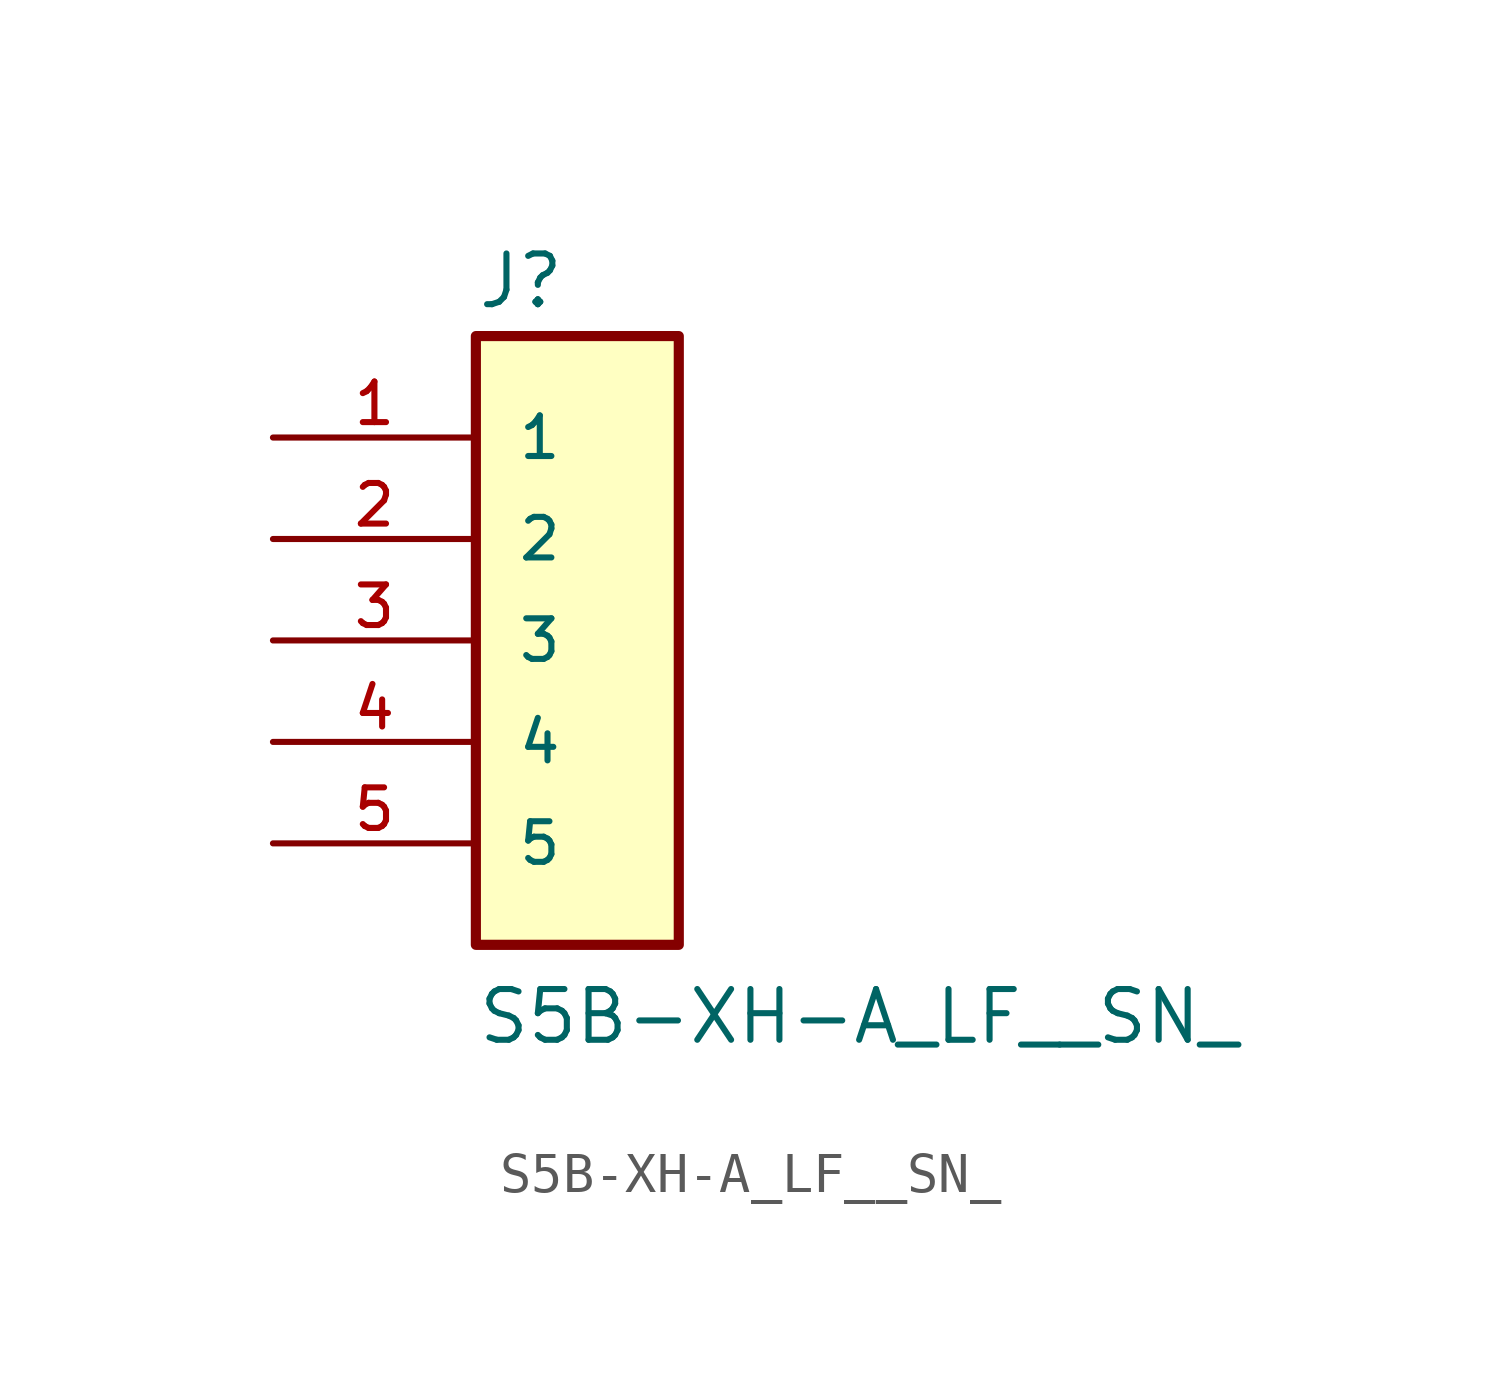
<source format=kicad_sym>
(kicad_symbol_lib
  (version 20211014)
  (generator kicad_symbol_editor)
  (symbol "S5B-XH-A_LF__SN_"
    (pin_names
      (offset 1.016))
    (property "Reference" "J"
      (at -2.54 8.255 0)
      (effects (font (size 1.27 1.27)) (justify bottom left)))
    (property "Value" "S5B-XH-A_LF__SN_"
      (at -2.54 -10.16 0)
      (effects (font (size 1.27 1.27)) (justify bottom left)))
    (symbol "S5B-XH-A_LF__SN__0_0"
      (rectangle (start -2.54 -7.62) (end 2.54 7.62) (stroke (width 0.254)) (fill (type background)))
      (pin passive line (at -7.62 5.08 0) (length 5.08) (name "1" (effects (font (size 1.016 1.016)))) (number "1" (effects (font (size 1.016 1.016)))))
      (pin passive line (at -7.62 2.54 0) (length 5.08) (name "2" (effects (font (size 1.016 1.016)))) (number "2" (effects (font (size 1.016 1.016)))))
      (pin passive line (at -7.62 0.0 0) (length 5.08) (name "3" (effects (font (size 1.016 1.016)))) (number "3" (effects (font (size 1.016 1.016)))))
      (pin passive line (at -7.62 -2.54 0) (length 5.08) (name "4" (effects (font (size 1.016 1.016)))) (number "4" (effects (font (size 1.016 1.016)))))
      (pin passive line (at -7.62 -5.08 0) (length 5.08) (name "5" (effects (font (size 1.016 1.016)))) (number "5" (effects (font (size 1.016 1.016))))))))
</source>
